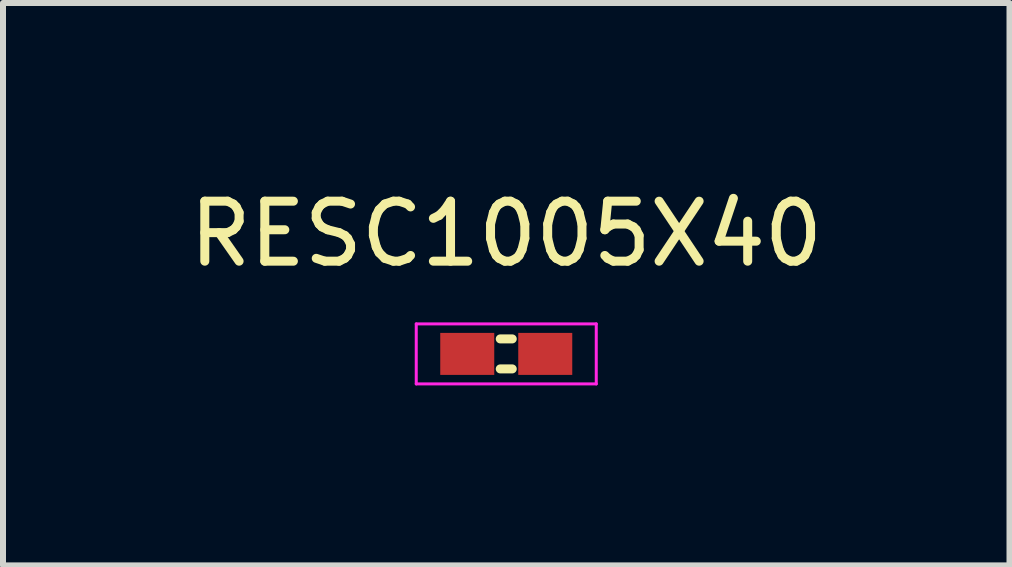
<source format=kicad_pcb>
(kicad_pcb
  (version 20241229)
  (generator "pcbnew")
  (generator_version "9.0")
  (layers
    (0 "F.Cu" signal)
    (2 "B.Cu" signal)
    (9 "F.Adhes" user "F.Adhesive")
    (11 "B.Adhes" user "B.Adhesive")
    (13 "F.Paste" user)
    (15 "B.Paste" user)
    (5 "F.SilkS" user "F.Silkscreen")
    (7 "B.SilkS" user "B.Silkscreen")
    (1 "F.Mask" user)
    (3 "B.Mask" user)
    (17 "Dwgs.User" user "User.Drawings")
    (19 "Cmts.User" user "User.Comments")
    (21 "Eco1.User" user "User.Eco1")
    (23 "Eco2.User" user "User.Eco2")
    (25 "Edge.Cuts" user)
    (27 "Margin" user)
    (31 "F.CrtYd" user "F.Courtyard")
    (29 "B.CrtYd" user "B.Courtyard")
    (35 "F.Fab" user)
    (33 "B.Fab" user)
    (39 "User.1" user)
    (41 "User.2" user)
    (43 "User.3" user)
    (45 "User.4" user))
  (footprint "RESC1005X40"
    (layer "F.Cu")
    (at 5.387 2.848)
    (property "Reference" "RESC1005X40" (at 0 -2 0) (layer "F.SilkS") (effects (font (size 1 1) (thickness 0.15))))
    (attr through_hole)
    (fp_line (start -0.1 -0.25) (end 0.1 -0.25) (stroke (width 0.15) (type solid)) (layer "F.SilkS"))
    (fp_line (start -0.1 0.25) (end 0.1 0.25) (stroke (width 0.15) (type solid)) (layer "F.SilkS"))
    (fp_line (start -1.5 -0.5) (end 1.5 -0.5) (stroke (width 0.05) (type solid)) (layer "F.CrtYd"))
    (fp_line (start -1.5 0.5) (end -1.5 -0.5) (stroke (width 0.05) (type solid)) (layer "F.CrtYd"))
    (fp_line (start 1.5 -0.5) (end 1.5 0.5) (stroke (width 0.05) (type solid)) (layer "F.CrtYd"))
    (fp_line (start 1.5 0.5) (end -1.5 0.5) (stroke (width 0.05) (type solid)) (layer "F.CrtYd"))
    (pad "1" smd rect (at -0.65 0) (size 0.9 0.7) (layers "F.Cu" "F.Mask" "F.Paste"))
    (pad "2" smd rect (at 0.65 0) (size 0.9 0.7) (layers "F.Cu" "F.Mask" "F.Paste")))
  (gr_rect
    (start -3 -3)
    (end 13.774 6.373)
    (stroke (width 0.1) (type default))
    (fill no)
    (layer "Edge.Cuts")))
</source>
